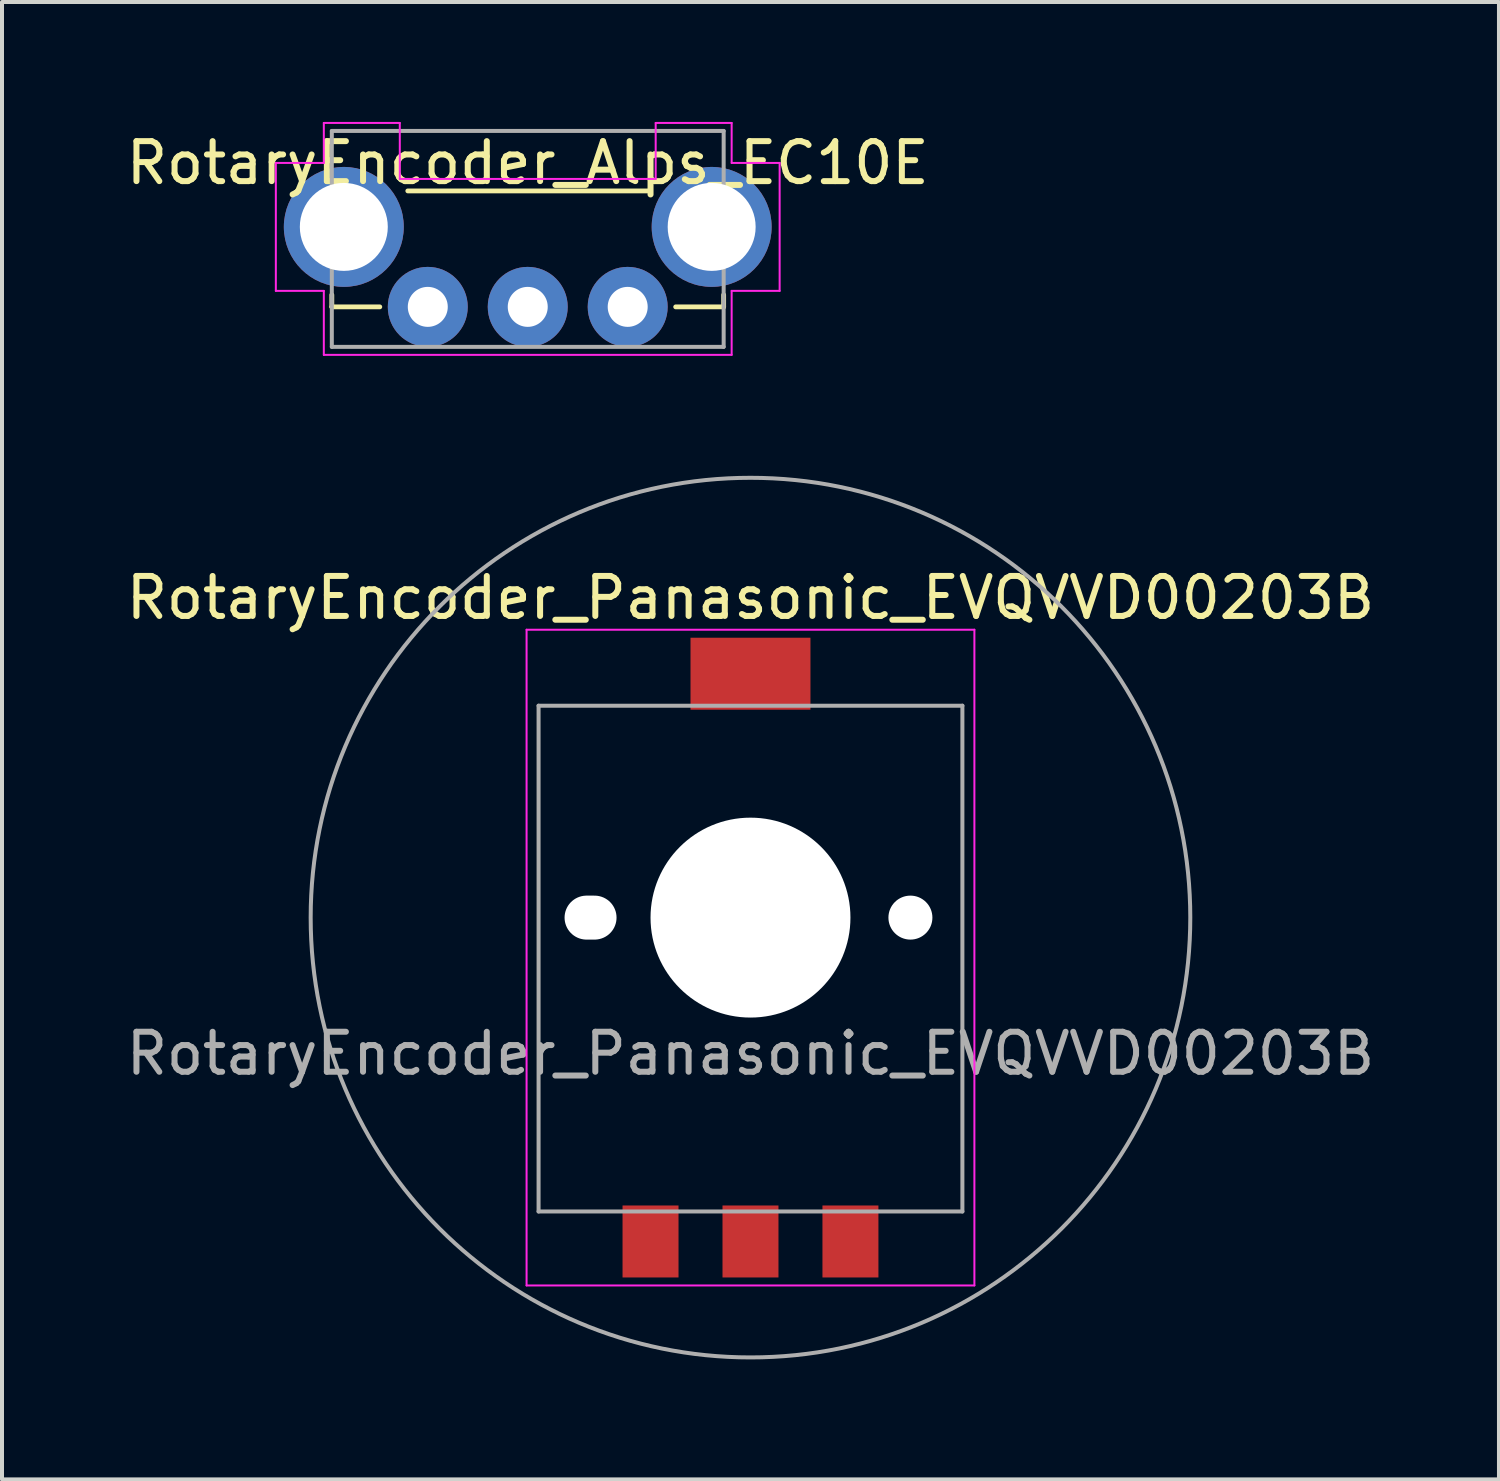
<source format=kicad_pcb>
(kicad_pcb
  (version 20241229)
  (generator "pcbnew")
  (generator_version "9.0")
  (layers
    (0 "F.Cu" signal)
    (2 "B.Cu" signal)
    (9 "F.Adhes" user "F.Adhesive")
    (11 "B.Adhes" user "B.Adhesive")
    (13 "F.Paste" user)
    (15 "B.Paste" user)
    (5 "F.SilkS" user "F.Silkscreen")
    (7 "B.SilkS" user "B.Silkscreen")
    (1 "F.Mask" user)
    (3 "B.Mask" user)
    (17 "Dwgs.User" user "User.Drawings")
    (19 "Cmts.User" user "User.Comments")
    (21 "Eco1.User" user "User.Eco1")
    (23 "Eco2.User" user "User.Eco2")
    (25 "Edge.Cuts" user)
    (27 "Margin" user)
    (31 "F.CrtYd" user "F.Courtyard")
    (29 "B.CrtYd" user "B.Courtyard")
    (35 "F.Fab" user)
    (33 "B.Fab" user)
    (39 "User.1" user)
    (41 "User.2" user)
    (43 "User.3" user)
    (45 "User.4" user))
  (footprint "RotaryEncoder_Panasonic_EVQVVD00203B"
    (layer "F.Cu")
    (at 15.72 19.9)
    (property "Reference" "RotaryEncoder_Panasonic_EVQVVD00203B" (at 0 -8 0) (layer "F.SilkS") (effects (font (size 1 1) (thickness 0.15))))
    (attr through_hole)
    (fp_line (start -5.6 -7.2) (end -5.6 9.2) (stroke (width 0.05) (type solid)) (layer "F.CrtYd"))
    (fp_line (start 5.6 -7.2) (end -5.6 -7.2) (stroke (width 0.05) (type solid)) (layer "F.CrtYd"))
    (fp_line (start 5.6 -7.2) (end 5.6 9.2) (stroke (width 0.05) (type solid)) (layer "F.CrtYd"))
    (fp_line (start 5.6 9.2) (end -5.6 9.2) (stroke (width 0.05) (type solid)) (layer "F.CrtYd"))
    (fp_line (start -5.3 -5.3) (end -5.3 7.35) (stroke (width 0.1) (type default)) (layer "F.Fab"))
    (fp_line (start -1.5 1.315) (end -1.5 -1.315) (stroke (width 0.1) (type default)) (layer "F.Fab"))
    (fp_line (start 1.5 0) (end 1.5 1.3) (stroke (width 0.1) (type default)) (layer "F.Fab"))
    (fp_line (start 1.5 1.315) (end 1.5 -1.315) (stroke (width 0.1) (type default)) (layer "F.Fab"))
    (fp_line (start 5.3 -5.3) (end -5.3 -5.3) (stroke (width 0.1) (type default)) (layer "F.Fab"))
    (fp_line (start 5.3 -5.3) (end 5.3 7.35) (stroke (width 0.1) (type default)) (layer "F.Fab"))
    (fp_line (start 5.3 7.35) (end -5.3 7.35) (stroke (width 0.1) (type default)) (layer "F.Fab"))
    (fp_arc (start -1.5 -1.315057) (mid 0 -2) (end 1.5 -1.315057) (stroke (width 0.1) (type default)) (layer "F.Fab"))
    (fp_arc (start 1.5 1.315057) (mid 0 2) (end -1.5 1.315057) (stroke (width 0.1) (type default)) (layer "F.Fab"))
    (fp_circle (center 0 0) (end 0 -11) (stroke (width 0.1) (type default)) (fill no) (layer "F.Fab"))
    (fp_text user "${REFERENCE}" (at 0 3.4 0) (layer "F.Fab") (effects (font (size 1 1) (thickness 0.15))))
    (pad "" np_thru_hole oval (at -4 0) (size 1.3 1.1) (drill oval 1.3 1.1) (layers "*.Cu" "*.Mask"))
    (pad "" np_thru_hole circle (at 0 0) (size 5 5) (drill 5) (layers "*.Cu" "*.Mask"))
    (pad "" np_thru_hole circle (at 4 0) (size 1.1 1.1) (drill 1.1) (layers "*.Cu" "*.Mask"))
    (pad "A" smd rect (at -2.5 8.1) (size 1.4 1.8) (layers "F.Cu" "F.Mask" "F.Paste"))
    (pad "B" smd rect (at 2.5 8.1) (size 1.4 1.8) (layers "F.Cu" "F.Mask" "F.Paste"))
    (pad "C" smd rect (at 0 -6.1 90) (size 1.8 3) (layers "F.Cu" "F.Mask" "F.Paste"))
    (pad "C" smd rect (at 0 8.1) (size 1.4 1.8) (layers "F.Cu" "F.Mask" "F.Paste")))
  (footprint "RotaryEncoder_Alps_EC10E"
    (layer "F.Cu")
    (at 10.149 4.625)
    (property "Reference" "RotaryEncoder_Alps_EC10E" (at 0 -3.6 0) (layer "F.SilkS") (effects (font (size 1 1) (thickness 0.15))))
    (attr through_hole)
    (fp_line (start -4.9 0) (end -4.9 -0.3) (stroke (width 0.12) (type solid)) (layer "F.SilkS"))
    (fp_line (start -3.7 0) (end -4.9 0) (stroke (width 0.12) (type solid)) (layer "F.SilkS"))
    (fp_line (start -3 -2.9) (end 3 -2.9) (stroke (width 0.12) (type solid)) (layer "F.SilkS"))
    (fp_line (start 4.9 -0.3) (end 4.9 0) (stroke (width 0.12) (type solid)) (layer "F.SilkS"))
    (fp_line (start 4.9 0) (end 3.7 0) (stroke (width 0.12) (type solid)) (layer "F.SilkS"))
    (fp_line (start -6.3 -3.6) (end -6.3 -0.4) (stroke (width 0.05) (type default)) (layer "F.CrtYd"))
    (fp_line (start -6.3 -3.6) (end -5.1 -3.6) (stroke (width 0.05) (type default)) (layer "F.CrtYd"))
    (fp_line (start -5.1 -4.6) (end -5.1 -3.6) (stroke (width 0.05) (type default)) (layer "F.CrtYd"))
    (fp_line (start -5.1 -4.6) (end -3.2 -4.6) (stroke (width 0.05) (type solid)) (layer "F.CrtYd"))
    (fp_line (start -5.1 -0.4) (end -6.3 -0.4) (stroke (width 0.05) (type default)) (layer "F.CrtYd"))
    (fp_line (start -5.1 -0.4) (end -5.1 1.2) (stroke (width 0.05) (type default)) (layer "F.CrtYd"))
    (fp_line (start -3.2 -3.2) (end -3.2 -4.6) (stroke (width 0.05) (type default)) (layer "F.CrtYd"))
    (fp_line (start 3.2 -4.6) (end 5.1 -4.6) (stroke (width 0.05) (type solid)) (layer "F.CrtYd"))
    (fp_line (start 3.2 -3.2) (end -3.2 -3.2) (stroke (width 0.05) (type default)) (layer "F.CrtYd"))
    (fp_line (start 3.2 -3.2) (end 3.2 -4.6) (stroke (width 0.05) (type default)) (layer "F.CrtYd"))
    (fp_line (start 5.1 -4.6) (end 5.1 -3.6) (stroke (width 0.05) (type default)) (layer "F.CrtYd"))
    (fp_line (start 5.1 -3.6) (end 6.3 -3.6) (stroke (width 0.05) (type default)) (layer "F.CrtYd"))
    (fp_line (start 5.1 -0.4) (end 5.1 1.2) (stroke (width 0.05) (type default)) (layer "F.CrtYd"))
    (fp_line (start 5.1 1.2) (end -5.1 1.2) (stroke (width 0.05) (type solid)) (layer "F.CrtYd"))
    (fp_line (start 6.3 -3.6) (end 6.3 -0.4) (stroke (width 0.05) (type default)) (layer "F.CrtYd"))
    (fp_line (start 6.3 -0.4) (end 5.1 -0.4) (stroke (width 0.05) (type default)) (layer "F.CrtYd"))
    (fp_line (start -4.9 -4.4) (end -4.9 1) (stroke (width 0.1) (type solid)) (layer "F.Fab"))
    (fp_line (start -4.9 1) (end 4.9 1) (stroke (width 0.1) (type solid)) (layer "F.Fab"))
    (fp_line (start 4.9 -4.4) (end -4.9 -4.4) (stroke (width 0.1) (type solid)) (layer "F.Fab"))
    (fp_line (start 4.9 1) (end 4.9 -4.4) (stroke (width 0.1) (type solid)) (layer "F.Fab"))
    (pad "A" thru_hole circle (at -2.5 0) (size 2 2) (drill 1) (layers "*.Cu" "*.Mask"))
    (pad "B" thru_hole circle (at 0 0) (size 2 2) (drill 1) (layers "*.Cu" "*.Mask"))
    (pad "C" thru_hole circle (at 2.5 0) (size 2 2) (drill 1) (layers "*.Cu" "*.Mask"))
    (pad "MP" thru_hole circle (at -4.6 -2 90) (size 3 3) (drill oval 2.2) (layers "*.Cu" "*.Mask"))
    (pad "MP" thru_hole circle (at 4.6 -2 90) (size 3 3) (drill 2.2) (layers "*.Cu" "*.Mask")))
  (gr_rect
    (start -3 -3)
    (end 34.44 33.95)
    (stroke (width 0.1) (type default))
    (fill no)
    (layer "Edge.Cuts")))
</source>
